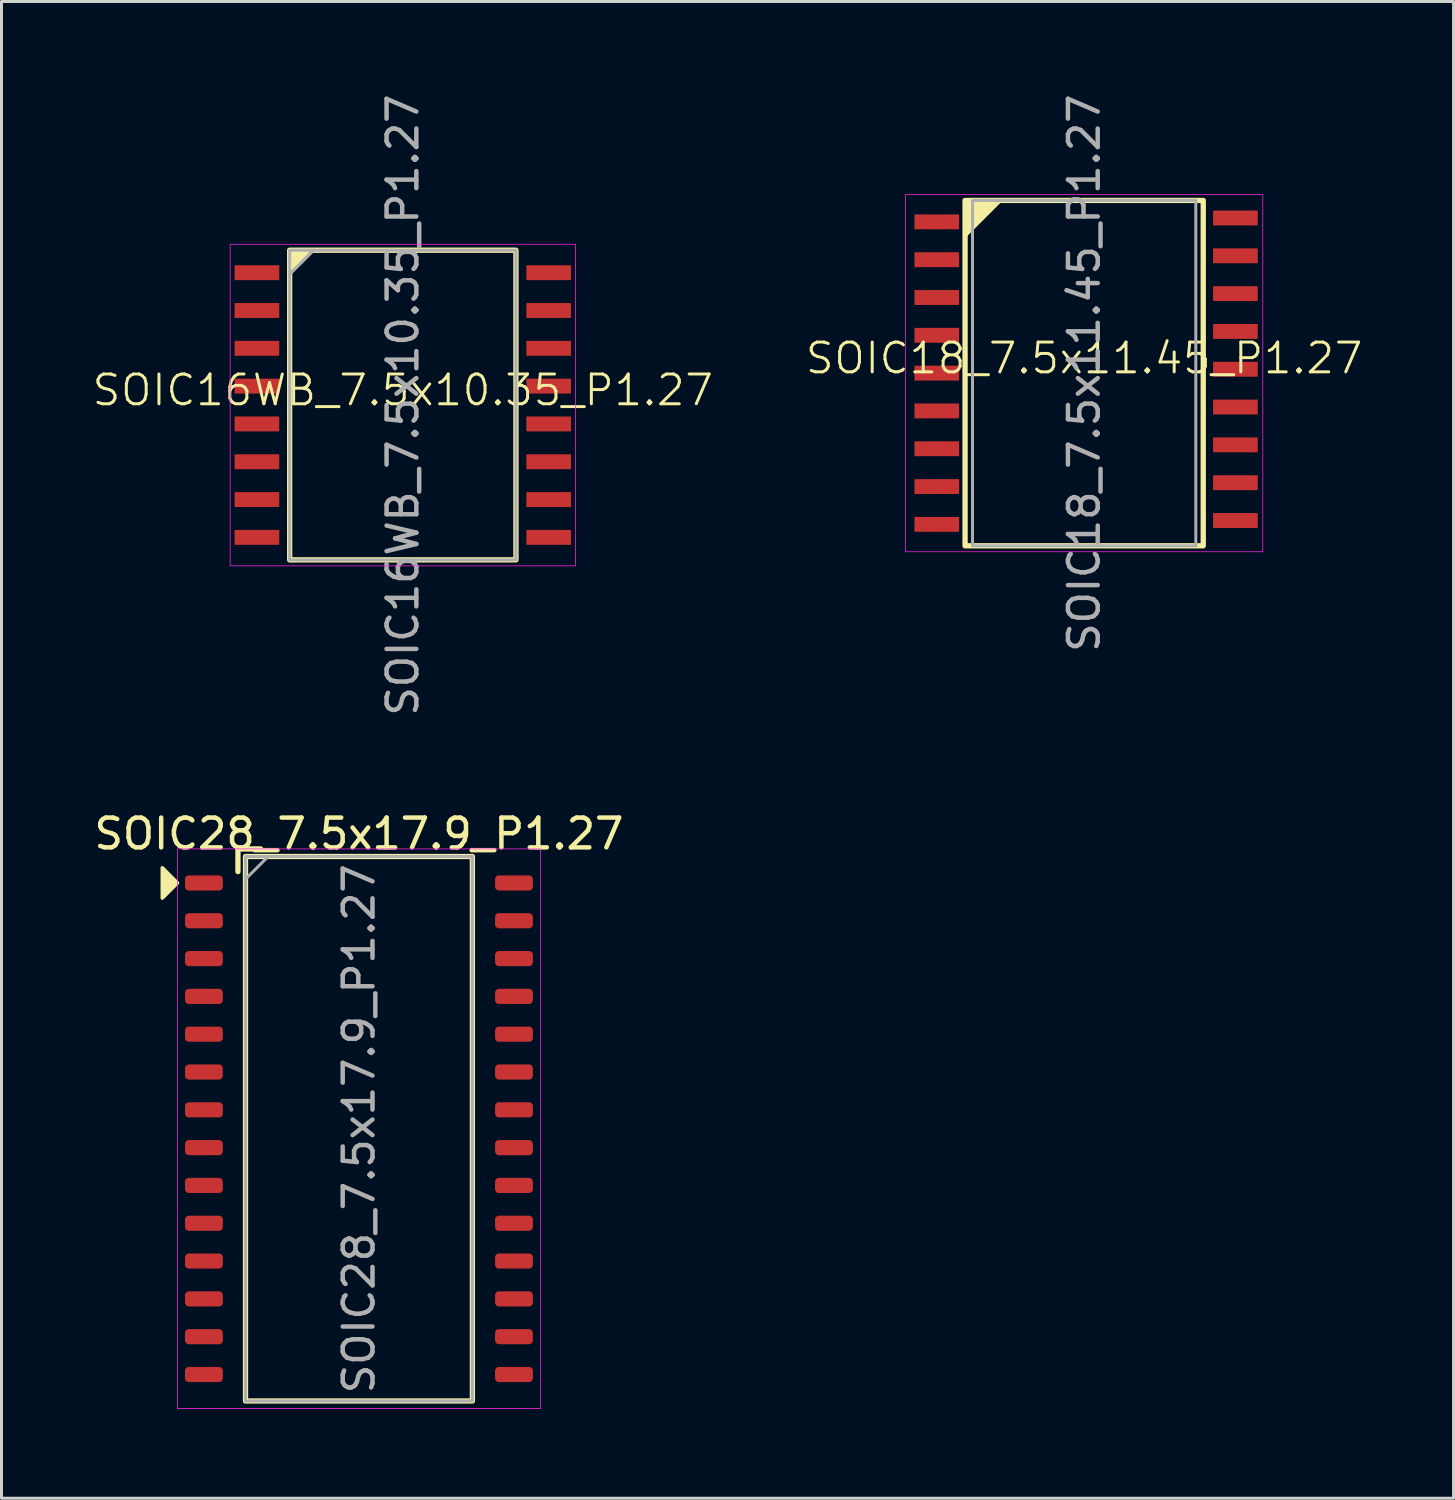
<source format=kicad_pcb>
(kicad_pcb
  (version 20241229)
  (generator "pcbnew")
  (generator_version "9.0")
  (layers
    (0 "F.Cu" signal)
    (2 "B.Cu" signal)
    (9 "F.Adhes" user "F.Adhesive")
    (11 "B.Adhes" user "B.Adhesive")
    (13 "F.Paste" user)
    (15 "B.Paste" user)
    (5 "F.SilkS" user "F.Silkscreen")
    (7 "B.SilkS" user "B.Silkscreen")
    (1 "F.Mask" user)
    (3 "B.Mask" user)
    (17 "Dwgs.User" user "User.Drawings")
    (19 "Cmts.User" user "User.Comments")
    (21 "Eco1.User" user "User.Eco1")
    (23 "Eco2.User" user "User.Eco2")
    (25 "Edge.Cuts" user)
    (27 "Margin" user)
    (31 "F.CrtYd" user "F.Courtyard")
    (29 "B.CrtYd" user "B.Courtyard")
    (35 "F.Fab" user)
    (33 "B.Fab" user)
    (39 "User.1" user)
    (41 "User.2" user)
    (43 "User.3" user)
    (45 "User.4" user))
  (footprint "SOIC28_7.5x17.9_P1.27"
    (layer "F.Cu")
    (at 9.006 34.861)
    (property "Reference" "SOIC28_7.5x17.9_P1.27" (at 0 -9.906 0) (unlocked yes) (layer "F.SilkS") (effects (font (size 1 1) (thickness 0.15))))
    (attr smd)
    (fp_line (start -4.064 -9.398) (end -3.302 -9.398) (stroke (width 0.178) (type solid)) (layer "F.SilkS"))
    (fp_line (start -4.064 -8.636) (end -4.064 -9.398) (stroke (width 0.178) (type solid)) (layer "F.SilkS"))
    (fp_rect (start -3.81 -9.144) (end 3.81 9.144) (stroke (width 0.178) (type solid)) (fill no) (layer "F.SilkS"))
    (fp_poly (pts (xy -6.096 -8.255) (xy -6.604 -7.747) (xy -6.604 -8.763)) (stroke (width 0.12) (type solid)) (fill yes) (layer "F.SilkS"))
    (fp_rect (start -6.096 -9.398) (end 6.096 9.398) (stroke (width 0.025) (type solid)) (fill no) (layer "F.CrtYd"))
    (fp_line (start -3.81 -8.382) (end -3.048 -9.144) (stroke (width 0.1) (type solid)) (layer "F.Fab"))
    (fp_rect (start -3.81 -9.144) (end 3.81 9.144) (stroke (width 0.1) (type solid)) (fill no) (layer "F.Fab"))
    (fp_text user "${REFERENCE}" (at 0 0 90) (unlocked yes) (layer "F.Fab") (effects (font (size 1 1) (thickness 0.15))))
    (pad "1" smd roundrect (at -5.207 -8.255) (size 1.27 0.508) (layers "F.Cu" "F.Mask" "F.Paste") (roundrect_rratio 0.25))
    (pad "2" smd roundrect (at -5.207 -6.985) (size 1.27 0.508) (layers "F.Cu" "F.Mask" "F.Paste") (roundrect_rratio 0.25))
    (pad "3" smd roundrect (at -5.207 -5.715) (size 1.27 0.508) (layers "F.Cu" "F.Mask" "F.Paste") (roundrect_rratio 0.25))
    (pad "4" smd roundrect (at -5.207 -4.445) (size 1.27 0.508) (layers "F.Cu" "F.Mask" "F.Paste") (roundrect_rratio 0.25))
    (pad "5" smd roundrect (at -5.207 -3.175) (size 1.27 0.508) (layers "F.Cu" "F.Mask" "F.Paste") (roundrect_rratio 0.25))
    (pad "6" smd roundrect (at -5.207 -1.905) (size 1.27 0.508) (layers "F.Cu" "F.Mask" "F.Paste") (roundrect_rratio 0.25))
    (pad "7" smd roundrect (at -5.207 -0.635) (size 1.27 0.508) (layers "F.Cu" "F.Mask" "F.Paste") (roundrect_rratio 0.25))
    (pad "8" smd roundrect (at -5.207 0.635) (size 1.27 0.508) (layers "F.Cu" "F.Mask" "F.Paste") (roundrect_rratio 0.25))
    (pad "9" smd roundrect (at -5.207 1.905) (size 1.27 0.508) (layers "F.Cu" "F.Mask" "F.Paste") (roundrect_rratio 0.25))
    (pad "10" smd roundrect (at -5.207 3.175) (size 1.27 0.508) (layers "F.Cu" "F.Mask" "F.Paste") (roundrect_rratio 0.25))
    (pad "11" smd roundrect (at -5.207 4.445) (size 1.27 0.508) (layers "F.Cu" "F.Mask" "F.Paste") (roundrect_rratio 0.25))
    (pad "12" smd roundrect (at -5.207 5.715) (size 1.27 0.508) (layers "F.Cu" "F.Mask" "F.Paste") (roundrect_rratio 0.25))
    (pad "13" smd roundrect (at -5.207 6.985) (size 1.27 0.508) (layers "F.Cu" "F.Mask" "F.Paste") (roundrect_rratio 0.25))
    (pad "14" smd roundrect (at -5.207 8.255) (size 1.27 0.508) (layers "F.Cu" "F.Mask" "F.Paste") (roundrect_rratio 0.25))
    (pad "15" smd roundrect (at 5.207 8.255) (size 1.27 0.508) (layers "F.Cu" "F.Mask" "F.Paste") (roundrect_rratio 0.25))
    (pad "16" smd roundrect (at 5.207 6.985) (size 1.27 0.508) (layers "F.Cu" "F.Mask" "F.Paste") (roundrect_rratio 0.25))
    (pad "17" smd roundrect (at 5.207 5.715) (size 1.27 0.508) (layers "F.Cu" "F.Mask" "F.Paste") (roundrect_rratio 0.25))
    (pad "18" smd roundrect (at 5.207 4.445) (size 1.27 0.508) (layers "F.Cu" "F.Mask" "F.Paste") (roundrect_rratio 0.25))
    (pad "19" smd roundrect (at 5.207 3.175) (size 1.27 0.508) (layers "F.Cu" "F.Mask" "F.Paste") (roundrect_rratio 0.25))
    (pad "20" smd roundrect (at 5.207 1.905) (size 1.27 0.508) (layers "F.Cu" "F.Mask" "F.Paste") (roundrect_rratio 0.25))
    (pad "21" smd roundrect (at 5.207 0.635) (size 1.27 0.508) (layers "F.Cu" "F.Mask" "F.Paste") (roundrect_rratio 0.25))
    (pad "22" smd roundrect (at 5.207 -0.635) (size 1.27 0.508) (layers "F.Cu" "F.Mask" "F.Paste") (roundrect_rratio 0.25))
    (pad "23" smd roundrect (at 5.207 -1.905) (size 1.27 0.508) (layers "F.Cu" "F.Mask" "F.Paste") (roundrect_rratio 0.25))
    (pad "24" smd roundrect (at 5.207 -3.175) (size 1.27 0.508) (layers "F.Cu" "F.Mask" "F.Paste") (roundrect_rratio 0.25))
    (pad "25" smd roundrect (at 5.207 -4.445) (size 1.27 0.508) (layers "F.Cu" "F.Mask" "F.Paste") (roundrect_rratio 0.25))
    (pad "26" smd roundrect (at 5.207 -5.715) (size 1.27 0.508) (layers "F.Cu" "F.Mask" "F.Paste") (roundrect_rratio 0.25))
    (pad "27" smd roundrect (at 5.207 -6.985) (size 1.27 0.508) (layers "F.Cu" "F.Mask" "F.Paste") (roundrect_rratio 0.25))
    (pad "28" smd roundrect (at 5.207 -8.255) (size 1.27 0.508) (layers "F.Cu" "F.Mask" "F.Paste") (roundrect_rratio 0.25)))
  (footprint "SOIC18_7.5x11.45_P1.27"
    (layer "F.Cu")
    (at 33.364 9.482)
    (property "Reference" "SOIC18_7.5x11.45_P1.27" (at 0 -0.5 0) (unlocked yes) (layer "F.SilkS") (effects (font (size 1 1) (thickness 0.1))))
    (attr smd)
    (fp_rect (start -4 -5.8) (end 4 5.8) (stroke (width 0.178) (type solid)) (fill no) (layer "F.SilkS"))
    (fp_poly (pts (xy -4 -5.8) (xy -4 -4.6) (xy -2.8 -5.8)) (stroke (width 0.1) (type solid)) (fill yes) (layer "F.SilkS"))
    (fp_rect (start -6 -6) (end 6 6) (stroke (width 0.025) (type solid)) (fill no) (layer "F.CrtYd"))
    (fp_rect (start -3.75 -5.8) (end 3.75 5.8) (stroke (width 0.1) (type solid)) (fill no) (layer "F.Fab"))
    (fp_text user "${REFERENCE}" (at 0 0 90) (unlocked yes) (layer "F.Fab") (effects (font (size 1 1) (thickness 0.15))))
    (pad "1" smd rect (at -4.95 -5.08) (size 1.5 0.5) (layers "F.Cu" "F.Mask" "F.Paste"))
    (pad "2" smd rect (at -4.95 -3.81) (size 1.5 0.5) (layers "F.Cu" "F.Mask" "F.Paste"))
    (pad "3" smd rect (at -4.95 -2.54) (size 1.5 0.5) (layers "F.Cu" "F.Mask" "F.Paste"))
    (pad "4" smd rect (at -4.95 -1.27) (size 1.5 0.5) (layers "F.Cu" "F.Mask" "F.Paste"))
    (pad "5" smd rect (at -4.95 0) (size 1.5 0.5) (layers "F.Cu" "F.Mask" "F.Paste"))
    (pad "6" smd rect (at -4.95 1.27) (size 1.5 0.5) (layers "F.Cu" "F.Mask" "F.Paste"))
    (pad "7" smd rect (at -4.95 2.54) (size 1.5 0.5) (layers "F.Cu" "F.Mask" "F.Paste"))
    (pad "8" smd rect (at -4.95 3.81) (size 1.5 0.5) (layers "F.Cu" "F.Mask" "F.Paste"))
    (pad "9" smd rect (at -4.95 5.08) (size 1.5 0.5) (layers "F.Cu" "F.Mask" "F.Paste"))
    (pad "10" smd rect (at 5.08 4.95) (size 1.5 0.5) (layers "F.Cu" "F.Mask" "F.Paste"))
    (pad "11" smd rect (at 5.08 3.68) (size 1.5 0.5) (layers "F.Cu" "F.Mask" "F.Paste"))
    (pad "12" smd rect (at 5.08 2.41) (size 1.5 0.5) (layers "F.Cu" "F.Mask" "F.Paste"))
    (pad "13" smd rect (at 5.08 1.14) (size 1.5 0.5) (layers "F.Cu" "F.Mask" "F.Paste"))
    (pad "14" smd rect (at 5.08 -0.13) (size 1.5 0.5) (layers "F.Cu" "F.Mask" "F.Paste"))
    (pad "15" smd rect (at 5.08 -1.4) (size 1.5 0.5) (layers "F.Cu" "F.Mask" "F.Paste"))
    (pad "16" smd rect (at 5.08 -2.67) (size 1.5 0.5) (layers "F.Cu" "F.Mask" "F.Paste"))
    (pad "17" smd rect (at 5.08 -3.94) (size 1.5 0.5) (layers "F.Cu" "F.Mask" "F.Paste"))
    (pad "18" smd rect (at 5.08 -5.21) (size 1.5 0.5) (layers "F.Cu" "F.Mask" "F.Paste")))
  (footprint "SOIC16WB_7.5x10.35_P1.27"
    (layer "F.Cu")
    (at 10.479 10.554)
    (property "Reference" "SOIC16WB_7.5x10.35_P1.27" (at 0 -0.5 0) (unlocked yes) (layer "F.SilkS") (effects (font (size 1 1) (thickness 0.1))))
    (attr smd)
    (fp_rect (start -3.8 5.2) (end 3.8 -5.2) (stroke (width 0.178) (type default)) (fill no) (layer "F.SilkS"))
    (fp_poly (pts (xy -3.8 -5.2) (xy -3.8 -4.4) (xy -3 -5.2)) (stroke (width 0.1) (type solid)) (fill yes) (layer "F.SilkS"))
    (fp_rect (start -5.8 5.4) (end 5.8 -5.4) (stroke (width 0.025) (type default)) (fill no) (layer "F.CrtYd"))
    (fp_line (start -3.8 -4.4) (end -3 -5.2) (stroke (width 0.1) (type default)) (layer "F.Fab"))
    (fp_rect (start -3.8 -5.2) (end 3.8 5.2) (stroke (width 0.1) (type default)) (fill no) (layer "F.Fab"))
    (fp_text user "${REFERENCE}" (at 0 0 90) (unlocked yes) (layer "F.Fab") (effects (font (size 1 1) (thickness 0.15))))
    (pad "1" smd rect (at -4.9 -4.445) (size 1.5 0.5) (layers "F.Cu" "F.Mask" "F.Paste"))
    (pad "2" smd rect (at -4.9 -3.175) (size 1.5 0.5) (layers "F.Cu" "F.Mask" "F.Paste"))
    (pad "3" smd rect (at -4.9 -1.905) (size 1.5 0.5) (layers "F.Cu" "F.Mask" "F.Paste"))
    (pad "4" smd rect (at -4.9 -0.635) (size 1.5 0.5) (layers "F.Cu" "F.Mask" "F.Paste"))
    (pad "5" smd rect (at -4.9 0.635) (size 1.5 0.5) (layers "F.Cu" "F.Mask" "F.Paste"))
    (pad "6" smd rect (at -4.9 1.905) (size 1.5 0.5) (layers "F.Cu" "F.Mask" "F.Paste"))
    (pad "7" smd rect (at -4.9 3.175) (size 1.5 0.5) (layers "F.Cu" "F.Mask" "F.Paste"))
    (pad "8" smd rect (at -4.9 4.445) (size 1.5 0.5) (layers "F.Cu" "F.Mask" "F.Paste"))
    (pad "9" smd rect (at 4.9 4.445) (size 1.5 0.5) (layers "F.Cu" "F.Mask" "F.Paste"))
    (pad "10" smd rect (at 4.9 3.175) (size 1.5 0.5) (layers "F.Cu" "F.Mask" "F.Paste"))
    (pad "11" smd rect (at 4.9 1.905) (size 1.5 0.5) (layers "F.Cu" "F.Mask" "F.Paste"))
    (pad "12" smd rect (at 4.9 0.635) (size 1.5 0.5) (layers "F.Cu" "F.Mask" "F.Paste"))
    (pad "13" smd rect (at 4.9 -0.635) (size 1.5 0.5) (layers "F.Cu" "F.Mask" "F.Paste"))
    (pad "14" smd rect (at 4.9 -1.905) (size 1.5 0.5) (layers "F.Cu" "F.Mask" "F.Paste"))
    (pad "15" smd rect (at 4.9 -3.175) (size 1.5 0.5) (layers "F.Cu" "F.Mask" "F.Paste"))
    (pad "16" smd rect (at 4.9 -4.445) (size 1.5 0.5) (layers "F.Cu" "F.Mask" "F.Paste")))
  (gr_rect
    (start -3 -3)
    (end 45.771 47.272)
    (stroke (width 0.1) (type default))
    (fill no)
    (layer "Edge.Cuts")))
</source>
